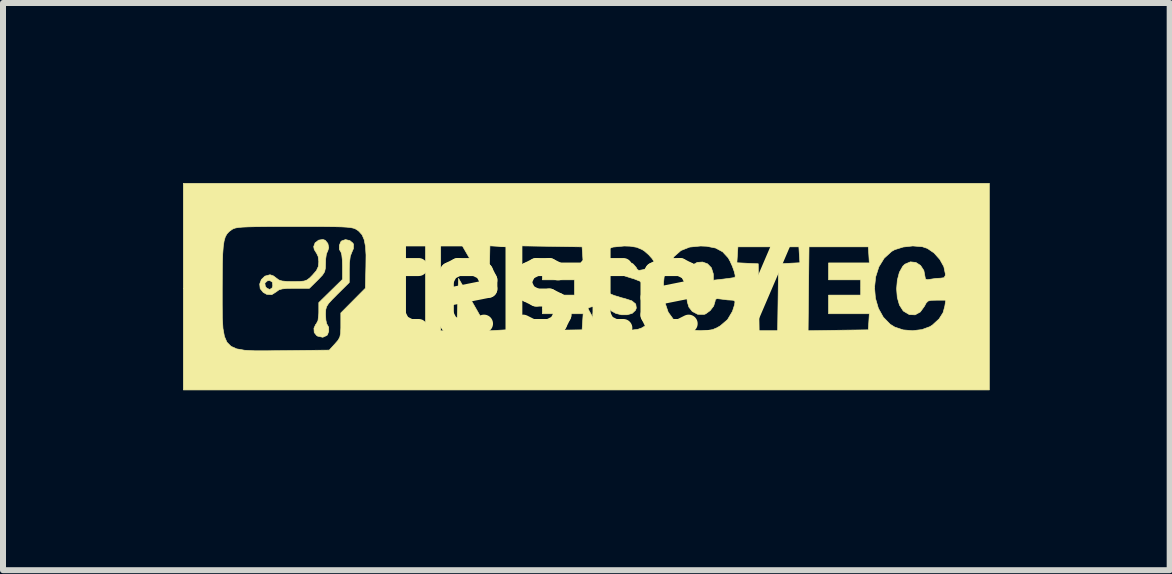
<source format=kicad_pcb>
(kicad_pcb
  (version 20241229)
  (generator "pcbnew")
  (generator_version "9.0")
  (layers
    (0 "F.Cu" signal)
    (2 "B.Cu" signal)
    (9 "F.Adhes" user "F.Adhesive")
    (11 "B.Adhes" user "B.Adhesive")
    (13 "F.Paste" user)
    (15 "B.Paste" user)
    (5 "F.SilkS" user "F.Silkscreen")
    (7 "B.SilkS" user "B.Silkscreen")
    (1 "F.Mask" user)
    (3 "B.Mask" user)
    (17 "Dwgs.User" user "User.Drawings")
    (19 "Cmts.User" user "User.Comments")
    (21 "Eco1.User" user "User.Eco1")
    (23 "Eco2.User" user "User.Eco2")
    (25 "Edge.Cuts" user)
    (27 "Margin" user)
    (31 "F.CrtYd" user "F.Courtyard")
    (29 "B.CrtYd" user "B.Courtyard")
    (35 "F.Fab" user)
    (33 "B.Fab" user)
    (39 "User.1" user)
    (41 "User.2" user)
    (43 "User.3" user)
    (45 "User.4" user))
  (footprint "teste7"
    (layer "F.Cu")
    (at 6.722 1.727)
    (property "Reference" "teste7" (at 0 0 0) (layer "F.SilkS") (effects (font (size 1.524 1.524) (thickness 0.3))))
    (attr through_hole)
    (fp_poly (pts (xy -3.942 -0.768) (xy -3.889 -0.723) (xy -3.88 -0.704) (xy -3.882 -0.633) (xy -3.906 -0.578) (xy -3.934 -0.507) (xy -3.948 -0.394) (xy -3.951 -0.29) (xy -3.951 -0.069) (xy -4.149 0.127) (xy -4.239 0.218) (xy -4.297 0.282) (xy -4.329 0.333) (xy -4.343 0.383) (xy -4.346 0.445) (xy -4.346 0.47) (xy -4.341 0.557) (xy -4.328 0.618) (xy -4.318 0.635) (xy -4.294 0.678) (xy -4.293 0.744) (xy -4.315 0.803) (xy -4.324 0.813) (xy -4.392 0.844) (xy -4.476 0.826) (xy -4.494 0.816) (xy -4.535 0.765) (xy -4.54 0.694) (xy -4.511 0.63) (xy -4.501 0.621) (xy -4.472 0.564) (xy -4.46 0.456) (xy -4.459 0.426) (xy -4.459 0.266) (xy -4.262 0.073) (xy -4.064 -0.121) (xy -4.064 -0.341) (xy -4.067 -0.447) (xy -4.076 -0.53) (xy -4.089 -0.575) (xy -4.092 -0.579) (xy -4.117 -0.622) (xy -4.116 -0.688) (xy -4.092 -0.748) (xy -4.078 -0.762) (xy -4.014 -0.784) (xy -3.942 -0.768)) (stroke (width 0.01) (type solid)) (fill yes) (layer "F.SilkS"))
    (fp_poly (pts (xy -4.351 -0.772) (xy -4.308 -0.719) (xy -4.293 -0.65) (xy -4.311 -0.59) (xy -4.316 -0.584) (xy -4.333 -0.54) (xy -4.344 -0.461) (xy -4.346 -0.395) (xy -4.349 -0.308) (xy -4.362 -0.248) (xy -4.397 -0.193) (xy -4.461 -0.125) (xy -4.481 -0.105) (xy -4.616 0.028) (xy -4.862 0.028) (xy -4.987 0.03) (xy -5.069 0.038) (xy -5.122 0.053) (xy -5.159 0.08) (xy -5.165 0.085) (xy -5.243 0.134) (xy -5.326 0.129) (xy -5.384 0.097) (xy -5.436 0.033) (xy -5.444 -0.044) (xy -5.438 -0.059) (xy -5.358 -0.059) (xy -5.35 -0.005) (xy -5.328 0.023) (xy -5.277 0.048) (xy -5.237 0.021) (xy -5.226 -0.012) (xy -5.233 -0.075) (xy -5.276 -0.102) (xy -5.315 -0.097) (xy -5.358 -0.059) (xy -5.438 -0.059) (xy -5.416 -0.118) (xy -5.357 -0.175) (xy -5.273 -0.198) (xy -5.271 -0.198) (xy -5.215 -0.179) (xy -5.165 -0.141) (xy -5.125 -0.111) (xy -5.071 -0.094) (xy -4.986 -0.086) (xy -4.888 -0.085) (xy -4.777 -0.086) (xy -4.704 -0.093) (xy -4.653 -0.112) (xy -4.607 -0.148) (xy -4.564 -0.192) (xy -4.498 -0.268) (xy -4.467 -0.335) (xy -4.459 -0.414) (xy -4.47 -0.503) (xy -4.498 -0.561) (xy -4.501 -0.564) (xy -4.535 -0.619) (xy -4.544 -0.667) (xy -4.52 -0.731) (xy -4.461 -0.775) (xy -4.39 -0.786) (xy -4.351 -0.772)) (stroke (width 0.01) (type solid)) (fill yes) (layer "F.SilkS"))
    (fp_poly (pts (xy 6.717 1.722) (xy -6.717 1.722) (xy -6.717 0.304) (xy -6.068 0.304) (xy -6.066 0.523) (xy -6.056 0.696) (xy -6.032 0.829) (xy -5.99 0.926) (xy -5.923 0.994) (xy -5.828 1.037) (xy -5.697 1.06) (xy -5.527 1.069) (xy -5.311 1.069) (xy -5.045 1.066) (xy -5.028 1.066) (xy -4.285 1.058) (xy -4.189 0.953) (xy -4.138 0.894) (xy -4.109 0.842) (xy -4.096 0.779) (xy -4.092 0.685) (xy -4.092 0.643) (xy -4.092 0.439) (xy -3.683 0.027) (xy -3.674 -0.335) (xy -3.672 -0.529) (xy -3.681 -0.675) (xy -3.682 -0.677) (xy -3.02 -0.677) (xy -3.02 0.734) (xy -2.681 0.734) (xy -2.681 -0.677) (xy -2.427 -0.677) (xy -2.427 0.737) (xy -2.293 0.728) (xy -2.159 0.72) (xy -2.145 0.291) (xy -2.131 -0.139) (xy -1.964 0.149) (xy -1.888 0.281) (xy -1.813 0.412) (xy -1.749 0.525) (xy -1.714 0.587) (xy -1.631 0.737) (xy -1.606 0.735) (xy 3.696 0.735) (xy 4.198 0.727) (xy 4.699 0.72) (xy 4.708 0.586) (xy 4.716 0.452) (xy 4.036 0.452) (xy 4.036 0.141) (xy 4.572 0.141) (xy 4.572 0.015) (xy 4.803 0.015) (xy 4.818 0.193) (xy 4.867 0.361) (xy 4.949 0.509) (xy 5.064 0.627) (xy 5.14 0.674) (xy 5.28 0.721) (xy 5.437 0.734) (xy 5.592 0.716) (xy 5.726 0.667) (xy 5.768 0.64) (xy 5.878 0.539) (xy 5.945 0.434) (xy 5.974 0.328) (xy 5.99 0.226) (xy 5.837 0.226) (xy 5.747 0.228) (xy 5.695 0.241) (xy 5.663 0.274) (xy 5.636 0.325) (xy 5.566 0.422) (xy 5.479 0.47) (xy 5.383 0.466) (xy 5.288 0.41) (xy 5.278 0.4) (xy 5.218 0.306) (xy 5.182 0.18) (xy 5.171 0.037) (xy 5.183 -0.108) (xy 5.217 -0.239) (xy 5.274 -0.34) (xy 5.309 -0.374) (xy 5.401 -0.413) (xy 5.492 -0.403) (xy 5.57 -0.353) (xy 5.625 -0.269) (xy 5.644 -0.167) (xy 5.652 -0.126) (xy 5.684 -0.116) (xy 5.733 -0.123) (xy 5.826 -0.137) (xy 5.902 -0.141) (xy 5.961 -0.149) (xy 5.982 -0.185) (xy 5.983 -0.213) (xy 5.958 -0.333) (xy 5.891 -0.453) (xy 5.796 -0.56) (xy 5.684 -0.637) (xy 5.6 -0.665) (xy 5.441 -0.678) (xy 5.28 -0.66) (xy 5.14 -0.616) (xy 5.088 -0.587) (xy 4.964 -0.474) (xy 4.875 -0.329) (xy 4.822 -0.163) (xy 4.803 0.015) (xy 4.572 0.015) (xy 4.572 -0.113) (xy 4.036 -0.113) (xy 4.036 -0.395) (xy 4.716 -0.395) (xy 4.708 -0.529) (xy 4.699 -0.663) (xy 3.711 -0.663) (xy 3.696 0.735) (xy -1.606 0.735) (xy -1.606 0.735) (xy -1.072 0.735) (xy -0.572 0.727) (xy -0.071 0.72) (xy -0.062 0.586) (xy -0.053 0.452) (xy -0.734 0.452) (xy -0.734 0.36) (xy 0.028 0.36) (xy 0.041 0.392) (xy 0.075 0.454) (xy 0.098 0.495) (xy 0.181 0.604) (xy 0.284 0.676) (xy 0.419 0.717) (xy 0.593 0.729) (xy 0.651 0.728) (xy 0.775 0.722) (xy 0.859 0.711) (xy 0.92 0.69) (xy 0.977 0.656) (xy 1 0.638) (xy 1.111 0.522) (xy 1.17 0.383) (xy 1.177 0.23) (xy 1.145 0.111) (xy 1.095 0.042) (xy 1.286 0.042) (xy 1.306 0.253) (xy 1.364 0.425) (xy 1.463 0.562) (xy 1.573 0.65) (xy 1.654 0.696) (xy 1.728 0.722) (xy 1.818 0.732) (xy 1.905 0.734) (xy 2.022 0.73) (xy 2.105 0.716) (xy 2.178 0.685) (xy 2.233 0.653) (xy 2.353 0.55) (xy 2.435 0.412) (xy 2.47 0.303) (xy 2.478 0.248) (xy 2.455 0.228) (xy 2.423 0.225) (xy 2.35 0.221) (xy 2.26 0.209) (xy 2.251 0.208) (xy 2.181 0.2) (xy 2.151 0.212) (xy 2.145 0.247) (xy 2.122 0.323) (xy 2.064 0.399) (xy 1.99 0.453) (xy 1.964 0.463) (xy 1.858 0.462) (xy 1.765 0.413) (xy 1.709 0.341) (xy 1.683 0.255) (xy 1.668 0.133) (xy 1.666 -0.004) (xy 1.676 -0.137) (xy 1.697 -0.245) (xy 1.706 -0.269) (xy 1.767 -0.358) (xy 1.848 -0.404) (xy 1.937 -0.41) (xy 2.02 -0.38) (xy 2.084 -0.314) (xy 2.115 -0.216) (xy 2.117 -0.189) (xy 2.117 -0.107) (xy 2.293 -0.127) (xy 2.386 -0.139) (xy 2.453 -0.149) (xy 2.478 -0.156) (xy 2.48 -0.19) (xy 2.463 -0.257) (xy 2.433 -0.341) (xy 2.407 -0.398) (xy 2.509 -0.398) (xy 2.687 -0.389) (xy 2.865 -0.381) (xy 2.88 0.734) (xy 3.188 0.734) (xy 3.196 0.176) (xy 3.203 -0.381) (xy 3.381 -0.389) (xy 3.559 -0.398) (xy 3.55 -0.531) (xy 3.542 -0.663) (xy 2.526 -0.663) (xy 2.509 -0.398) (xy 2.407 -0.398) (xy 2.396 -0.423) (xy 2.364 -0.48) (xy 2.272 -0.58) (xy 2.155 -0.643) (xy 2.004 -0.673) (xy 1.904 -0.677) (xy 1.722 -0.659) (xy 1.577 -0.602) (xy 1.462 -0.501) (xy 1.367 -0.352) (xy 1.365 -0.349) (xy 1.322 -0.251) (xy 1.297 -0.165) (xy 1.287 -0.066) (xy 1.286 0.042) (xy 1.095 0.042) (xy 1.074 0.014) (xy 0.96 -0.064) (xy 0.797 -0.129) (xy 0.737 -0.147) (xy 0.592 -0.193) (xy 0.5 -0.237) (xy 0.456 -0.284) (xy 0.457 -0.337) (xy 0.469 -0.36) (xy 0.524 -0.401) (xy 0.608 -0.419) (xy 0.699 -0.413) (xy 0.773 -0.382) (xy 0.785 -0.372) (xy 0.83 -0.32) (xy 0.85 -0.285) (xy 0.876 -0.27) (xy 0.939 -0.281) (xy 0.995 -0.298) (xy 1.075 -0.329) (xy 1.129 -0.355) (xy 1.142 -0.365) (xy 1.136 -0.404) (xy 1.098 -0.465) (xy 1.038 -0.532) (xy 0.968 -0.593) (xy 0.927 -0.619) (xy 0.839 -0.656) (xy 0.729 -0.674) (xy 0.631 -0.677) (xy 0.444 -0.659) (xy 0.299 -0.604) (xy 0.197 -0.511) (xy 0.136 -0.381) (xy 0.12 -0.289) (xy 0.124 -0.145) (xy 0.169 -0.034) (xy 0.263 0.054) (xy 0.348 0.1) (xy 0.463 0.147) (xy 0.59 0.186) (xy 0.642 0.199) (xy 0.759 0.237) (xy 0.823 0.29) (xy 0.833 0.357) (xy 0.819 0.394) (xy 0.765 0.445) (xy 0.681 0.469) (xy 0.585 0.469) (xy 0.491 0.446) (xy 0.415 0.404) (xy 0.371 0.346) (xy 0.367 0.317) (xy 0.348 0.288) (xy 0.303 0.291) (xy 0.232 0.307) (xy 0.143 0.324) (xy 0.134 0.326) (xy 0.066 0.342) (xy 0.03 0.357) (xy 0.028 0.36) (xy -0.734 0.36) (xy -0.734 0.141) (xy -0.198 0.141) (xy -0.198 -0.113) (xy -0.734 -0.113) (xy -0.734 -0.395) (xy -0.053 -0.395) (xy -0.062 -0.529) (xy -0.071 -0.663) (xy -0.572 -0.671) (xy -1.072 -0.679) (xy -1.072 0.735) (xy -1.606 0.735) (xy -1.341 0.72) (xy -1.341 -0.663) (xy -1.474 -0.672) (xy -1.607 -0.68) (xy -1.615 -0.296) (xy -1.623 0.088) (xy -1.844 -0.295) (xy -2.065 -0.677) (xy -2.427 -0.677) (xy -2.681 -0.677) (xy -3.02 -0.677) (xy -3.682 -0.677) (xy -3.703 -0.784) (xy -3.738 -0.864) (xy -3.791 -0.923) (xy -3.828 -0.95) (xy -3.853 -0.964) (xy -3.884 -0.975) (xy -3.929 -0.984) (xy -3.993 -0.991) (xy -4.081 -0.996) (xy -4.201 -0.999) (xy -4.357 -1.001) (xy -4.557 -1.002) (xy -4.806 -1.002) (xy -4.868 -1.002) (xy -5.129 -1.002) (xy -5.339 -1.001) (xy -5.504 -0.999) (xy -5.632 -0.996) (xy -5.727 -0.992) (xy -5.795 -0.986) (xy -5.844 -0.978) (xy -5.878 -0.967) (xy -5.904 -0.954) (xy -5.909 -0.95) (xy -5.954 -0.917) (xy -5.989 -0.879) (xy -6.017 -0.83) (xy -6.037 -0.761) (xy -6.051 -0.669) (xy -6.06 -0.544) (xy -6.065 -0.382) (xy -6.067 -0.176) (xy -6.068 0.034) (xy -6.068 0.304) (xy -6.717 0.304) (xy -6.717 -1.722) (xy 6.717 -1.722) (xy 6.717 1.722)) (stroke (width 0.01) (type solid)) (fill yes) (layer "F.SilkS")))
  (gr_rect
    (start -3 -3)
    (end 16.444 6.453)
    (stroke (width 0.1) (type default))
    (fill no)
    (layer "Edge.Cuts")))
</source>
